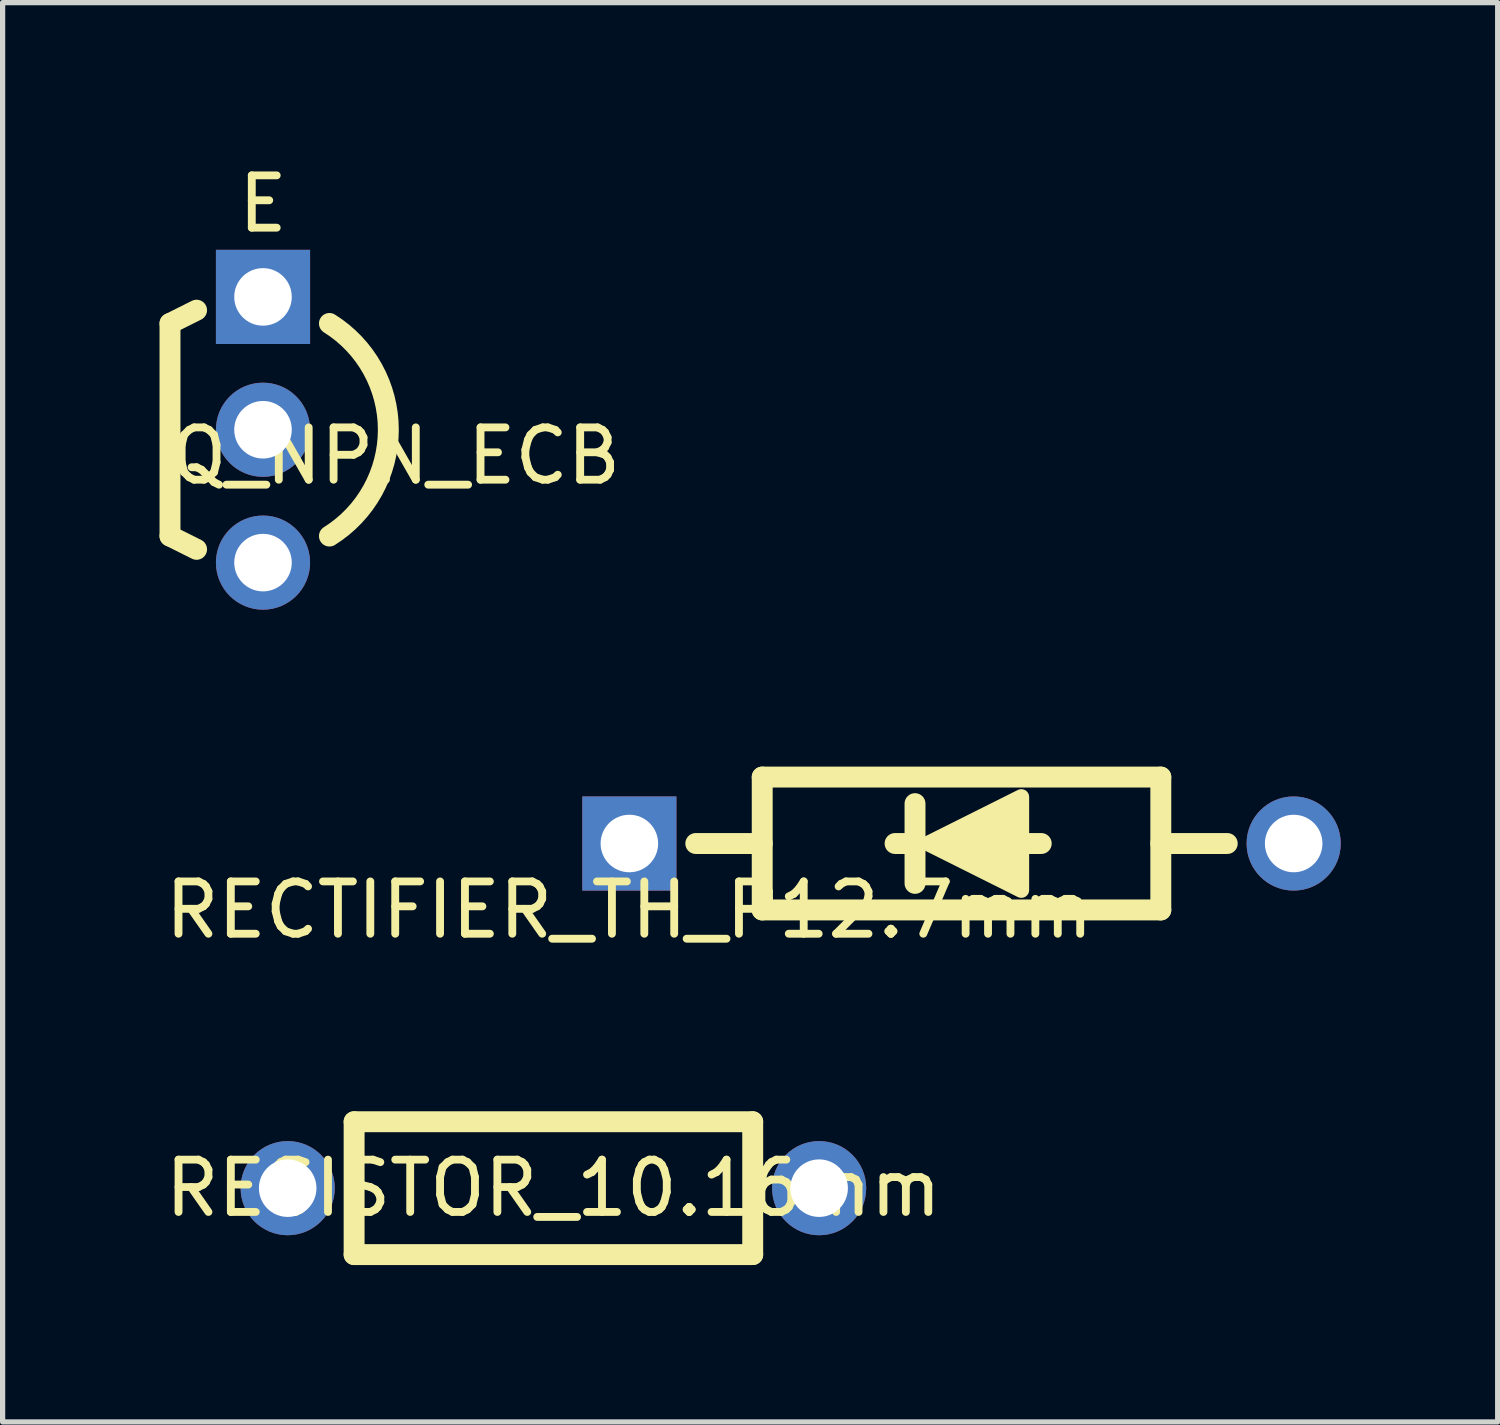
<source format=kicad_pcb>
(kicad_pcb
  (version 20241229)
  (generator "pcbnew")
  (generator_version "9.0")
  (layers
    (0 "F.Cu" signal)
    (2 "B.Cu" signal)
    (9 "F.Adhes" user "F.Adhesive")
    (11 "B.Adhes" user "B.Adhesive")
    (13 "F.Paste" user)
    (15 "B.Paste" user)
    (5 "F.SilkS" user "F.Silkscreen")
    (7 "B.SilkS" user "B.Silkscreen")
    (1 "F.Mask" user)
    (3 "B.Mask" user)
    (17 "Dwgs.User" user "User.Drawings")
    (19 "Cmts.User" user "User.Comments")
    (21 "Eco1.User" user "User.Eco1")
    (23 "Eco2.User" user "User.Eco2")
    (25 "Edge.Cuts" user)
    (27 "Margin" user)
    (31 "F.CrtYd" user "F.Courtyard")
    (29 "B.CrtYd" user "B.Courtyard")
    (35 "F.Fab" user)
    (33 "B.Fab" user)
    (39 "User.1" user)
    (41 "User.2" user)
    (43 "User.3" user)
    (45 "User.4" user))
  (footprint "RECTIFIER_TH_P12.7mm"
    (layer "F.Cu")
    (at 8.982 13.076)
    (property "Reference" "RECTIFIER_TH_P12.7mm" (at 0 1.27 0) (layer "F.SilkS") (effects (font (size 1 1) (thickness 0.15))))
    (attr through_hole)
    (fp_line (start 2.54 -1.27) (end 10.16 -1.27) (stroke (width 0.4) (type solid)) (layer "F.SilkS"))
    (fp_line (start 2.54 0) (end 1.27 0) (stroke (width 0.4) (type solid)) (layer "F.SilkS"))
    (fp_line (start 2.54 1.27) (end 2.54 -1.27) (stroke (width 0.4) (type solid)) (layer "F.SilkS"))
    (fp_line (start 2.54 1.27) (end 10.16 1.27) (stroke (width 0.4) (type solid)) (layer "F.SilkS"))
    (fp_line (start 5.461 0) (end 5.08 0) (stroke (width 0.4) (type solid)) (layer "F.SilkS"))
    (fp_line (start 5.461 0) (end 5.461 -0.762) (stroke (width 0.4) (type solid)) (layer "F.SilkS"))
    (fp_line (start 5.461 0) (end 5.461 0.762) (stroke (width 0.4) (type solid)) (layer "F.SilkS"))
    (fp_line (start 7.874 0) (end 7.366 0) (stroke (width 0.4) (type solid)) (layer "F.SilkS"))
    (fp_line (start 10.16 1.27) (end 10.16 -1.27) (stroke (width 0.4) (type solid)) (layer "F.SilkS"))
    (fp_line (start 11.43 0) (end 10.16 0) (stroke (width 0.4) (type solid)) (layer "F.SilkS"))
    (fp_poly (pts (xy 7.493 0.889) (xy 5.715 0) (xy 7.493 -0.889)) (stroke (width 0.3) (type solid)) (fill yes) (layer "F.SilkS"))
    (pad "1" thru_hole rect (at 0 0) (size 1.8 1.8) (drill 1.1) (layers "*.Cu" "*.Mask"))
    (pad "2" thru_hole circle (at 12.7 0) (size 1.8 1.8) (drill 1.1) (layers "*.Cu" "*.Mask")))
  (footprint "RESISTOR_10.16mm"
    (layer "F.Cu")
    (at 4.99 19.665)
    (property "Reference" "RESISTOR_10.16mm" (at 2.54 0 0) (layer "F.SilkS") (effects (font (size 1 1) (thickness 0.15))))
    (attr through_hole)
    (fp_line (start -1.27 -1.27) (end 6.35 -1.27) (stroke (width 0.4) (type solid)) (layer "F.SilkS"))
    (fp_line (start -1.27 1.27) (end -1.27 -1.27) (stroke (width 0.4) (type solid)) (layer "F.SilkS"))
    (fp_line (start 6.35 -1.27) (end 6.35 1.27) (stroke (width 0.4) (type solid)) (layer "F.SilkS"))
    (fp_line (start 6.35 1.27) (end -1.27 1.27) (stroke (width 0.4) (type solid)) (layer "F.SilkS"))
    (pad "1" thru_hole circle (at -2.54 0) (size 1.8 1.8) (drill 1.1) (layers "*.Cu" "*.Mask"))
    (pad "2" thru_hole circle (at 7.62 0) (size 1.8 1.8) (drill 1.1) (layers "*.Cu" "*.Mask")))
  (footprint "Q_NPN_ECB"
    (layer "F.Cu")
    (at 1.978 5.166)
    (property "Reference" "Q_NPN_ECB" (at 2.54 0.5 0) (layer "F.SilkS") (effects (font (size 1 1) (thickness 0.15))))
    (attr through_hole)
    (fp_line (start -1.778 -2.032) (end -1.778 2.032) (stroke (width 0.4) (type solid)) (layer "F.SilkS"))
    (fp_line (start -1.778 2.032) (end -1.27 2.286) (stroke (width 0.4) (type solid)) (layer "F.SilkS"))
    (fp_line (start -1.27 -2.286) (end -1.778 -2.032) (stroke (width 0.4) (type solid)) (layer "F.SilkS"))
    (fp_arc (start 1.27 -2.032) (mid 2.396231 0) (end 1.27 2.032) (stroke (width 0.4) (type solid)) (layer "F.SilkS"))
    (fp_text user "E" (at 0 -4.318 0) (layer "F.SilkS") (effects (font (size 1 1) (thickness 0.15))))
    (pad "1" thru_hole rect (at 0 -2.54) (size 1.8 1.8) (drill 1.1) (layers "*.Cu" "*.Mask"))
    (pad "2" thru_hole circle (at 0 0) (size 1.8 1.8) (drill 1.1) (layers "*.Cu" "*.Mask"))
    (pad "3" thru_hole circle (at 0 2.54) (size 1.8 1.8) (drill 1.1) (layers "*.Cu" "*.Mask")))
  (gr_rect
    (start -3 -3)
    (end 25.582 24.134)
    (stroke (width 0.1) (type default))
    (fill no)
    (layer "Edge.Cuts")))
</source>
